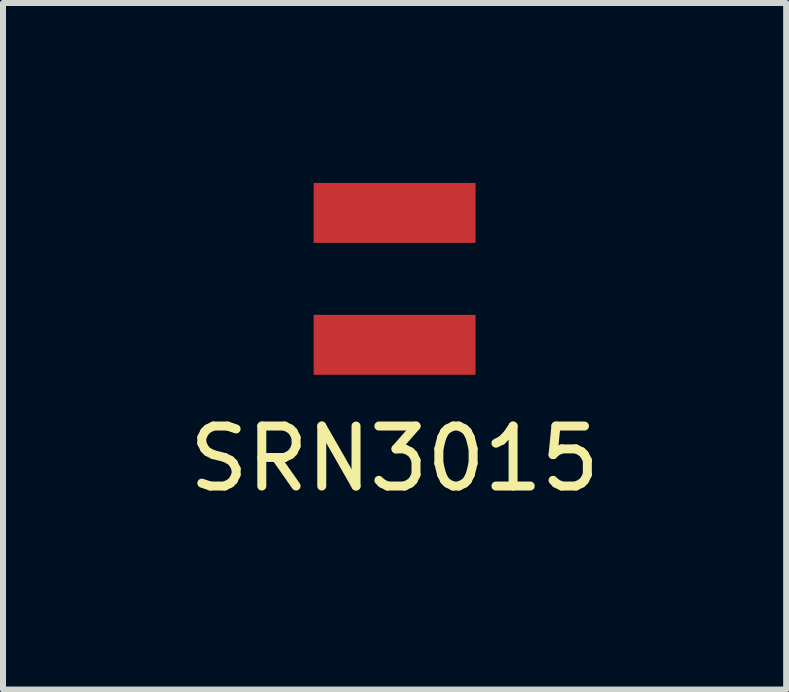
<source format=kicad_pcb>
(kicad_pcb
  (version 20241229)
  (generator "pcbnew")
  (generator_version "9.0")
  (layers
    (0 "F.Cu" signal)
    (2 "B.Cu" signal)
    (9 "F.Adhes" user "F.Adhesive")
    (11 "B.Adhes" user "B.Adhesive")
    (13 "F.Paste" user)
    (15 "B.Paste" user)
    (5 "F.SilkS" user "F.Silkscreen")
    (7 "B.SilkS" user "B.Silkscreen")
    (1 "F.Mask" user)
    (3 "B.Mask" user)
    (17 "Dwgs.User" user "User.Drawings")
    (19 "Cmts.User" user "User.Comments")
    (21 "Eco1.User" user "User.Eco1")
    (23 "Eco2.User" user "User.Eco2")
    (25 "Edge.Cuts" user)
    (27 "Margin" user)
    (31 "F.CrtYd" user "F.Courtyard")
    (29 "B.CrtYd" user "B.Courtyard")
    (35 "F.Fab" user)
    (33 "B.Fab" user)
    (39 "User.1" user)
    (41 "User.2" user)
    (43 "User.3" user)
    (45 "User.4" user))
  (footprint "SRN3015"
    (layer "F.Cu")
    (at 3.53 1.6)
    (property "Reference" "SRN3015" (at 0 3 0) (layer "F.SilkS") (effects (font (size 1 1) (thickness 0.15))))
    (attr through_hole)
    (pad "1" smd rect (at 0 -1.1) (size 2.7 1) (layers "F.Cu" "F.Mask" "F.Paste"))
    (pad "2" smd rect (at 0 1.1) (size 2.7 1) (layers "F.Cu" "F.Mask" "F.Paste")))
  (gr_rect
    (start -3 -3)
    (end 10.06 8.448)
    (stroke (width 0.1) (type default))
    (fill no)
    (layer "Edge.Cuts")))
</source>
